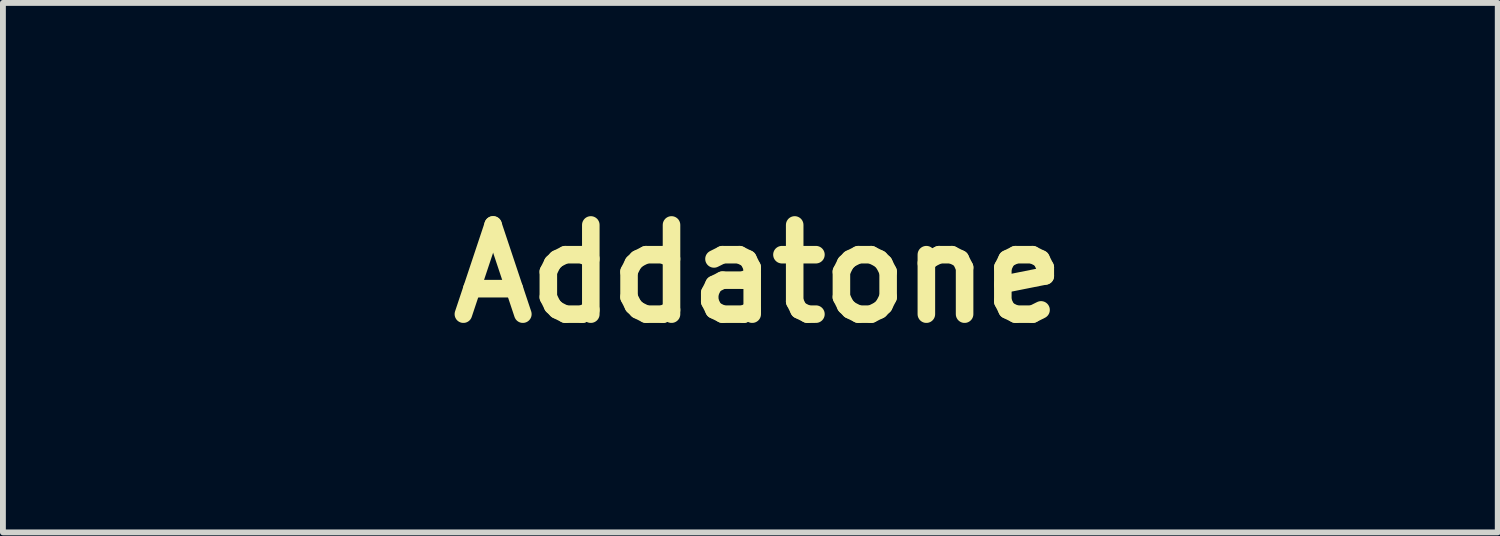
<source format=kicad_pcb>
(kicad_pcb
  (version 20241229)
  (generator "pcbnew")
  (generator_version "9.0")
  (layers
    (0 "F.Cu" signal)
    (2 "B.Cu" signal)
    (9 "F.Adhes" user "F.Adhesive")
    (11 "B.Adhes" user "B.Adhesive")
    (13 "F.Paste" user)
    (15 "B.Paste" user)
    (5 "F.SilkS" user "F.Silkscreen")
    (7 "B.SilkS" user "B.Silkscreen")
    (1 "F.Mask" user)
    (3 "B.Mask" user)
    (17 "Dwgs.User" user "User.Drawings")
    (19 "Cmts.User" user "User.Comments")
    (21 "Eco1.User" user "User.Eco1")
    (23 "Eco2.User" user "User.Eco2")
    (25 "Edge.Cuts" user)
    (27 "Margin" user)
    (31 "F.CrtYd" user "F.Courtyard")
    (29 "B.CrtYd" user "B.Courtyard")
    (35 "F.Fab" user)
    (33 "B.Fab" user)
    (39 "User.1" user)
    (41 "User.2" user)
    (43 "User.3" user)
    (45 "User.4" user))
  (footprint "Addatone"
    (layer "F.Cu")
    (at 9.911 1.628)
    (property "Reference" "Addatone" (at 0 0 0) (layer "F.SilkS") (effects (font (size 1.524 1.524) (thickness 0.3))))
    (attr through_hole)
    (fp_poly (pts (xy 2.453 -1.381) (xy 2.433 -1.245) (xy 2.419 -1.03) (xy 2.414 -0.81) (xy 2.413 -0.381) (xy 2.137 -0.381) (xy 1.86 -0.381) (xy 1.819 0.105) (xy 1.798 0.407) (xy 1.783 0.721) (xy 1.778 0.962) (xy 1.778 1.333) (xy 1.341 1.333) (xy 1.108 1.33) (xy 0.972 1.313) (xy 0.902 1.273) (xy 0.869 1.202) (xy 0.866 1.191) (xy 0.849 1.066) (xy 0.835 0.851) (xy 0.828 0.582) (xy 0.826 0.434) (xy 0.822 0.158) (xy 0.812 -0.077) (xy 0.796 -0.237) (xy 0.787 -0.281) (xy 0.707 -0.352) (xy 0.527 -0.38) (xy 0.469 -0.381) (xy 0.191 -0.381) (xy 0.191 -1.524) (xy 2.491 -1.524) (xy 2.453 -1.381)) (stroke (width 0.01) (type solid)) (fill yes) (layer "F.Mask"))
    (fp_poly (pts (xy 7.161 -1.524) (xy 7.495 -1.524) (xy 7.454 -0.619) (xy 7.435 -0.237) (xy 7.414 0.153) (xy 7.393 0.507) (xy 7.375 0.781) (xy 7.373 0.803) (xy 7.334 1.32) (xy 6.713 0.85) (xy 6.469 0.67) (xy 6.26 0.521) (xy 6.106 0.42) (xy 6.031 0.381) (xy 6.03 0.381) (xy 6.001 0.439) (xy 5.979 0.594) (xy 5.969 0.814) (xy 5.969 0.857) (xy 5.969 1.333) (xy 5.411 1.333) (xy 5.373 0.841) (xy 5.356 0.578) (xy 5.335 0.234) (xy 5.315 -0.144) (xy 5.298 -0.476) (xy 5.282 -0.796) (xy 5.264 -1.076) (xy 5.246 -1.289) (xy 5.231 -1.406) (xy 5.23 -1.413) (xy 5.227 -1.471) (xy 5.276 -1.504) (xy 5.401 -1.52) (xy 5.626 -1.524) (xy 5.654 -1.524) (xy 6.111 -1.524) (xy 6.872 -0.864) (xy 6.849 -1.194) (xy 6.826 -1.524) (xy 7.161 -1.524)) (stroke (width 0.01) (type solid)) (fill yes) (layer "F.Mask"))
    (fp_poly (pts (xy -6.079 -1.494) (xy -5.669 -1.34) (xy -5.34 -1.109) (xy -5.125 -0.84) (xy -5.03 -0.595) (xy -4.976 -0.279) (xy -4.968 0.054) (xy -5.009 0.354) (xy -5.012 0.366) (xy -5.156 0.683) (xy -5.393 0.969) (xy -5.687 1.183) (xy -5.757 1.217) (xy -5.977 1.284) (xy -6.277 1.335) (xy -6.61 1.366) (xy -6.929 1.373) (xy -7.15 1.356) (xy -7.346 1.327) (xy -7.377 0.519) (xy -6.281 0.519) (xy -6.279 0.691) (xy -6.263 0.779) (xy -6.228 0.808) (xy -6.168 0.799) (xy -6.146 0.792) (xy -5.983 0.712) (xy -5.883 0.635) (xy -5.801 0.502) (xy -5.743 0.307) (xy -5.733 0.244) (xy -5.748 -0.022) (xy -5.853 -0.214) (xy -6.039 -0.319) (xy -6.096 -0.33) (xy -6.17 -0.335) (xy -6.218 -0.312) (xy -6.245 -0.238) (xy -6.26 -0.09) (xy -6.27 0.155) (xy -6.273 0.243) (xy -6.281 0.519) (xy -7.377 0.519) (xy -7.389 0.187) (xy -7.405 -0.203) (xy -7.423 -0.568) (xy -7.442 -0.882) (xy -7.459 -1.118) (xy -7.47 -1.23) (xy -7.508 -1.508) (xy -7.085 -1.553) (xy -6.556 -1.567) (xy -6.079 -1.494)) (stroke (width 0.01) (type solid)) (fill yes) (layer "F.Mask"))
    (fp_poly (pts (xy -3.412 -1.494) (xy -3.002 -1.34) (xy -2.673 -1.109) (xy -2.458 -0.84) (xy -2.363 -0.595) (xy -2.309 -0.279) (xy -2.301 0.054) (xy -2.342 0.354) (xy -2.345 0.366) (xy -2.489 0.683) (xy -2.726 0.969) (xy -3.02 1.183) (xy -3.09 1.217) (xy -3.31 1.284) (xy -3.61 1.335) (xy -3.943 1.366) (xy -4.262 1.373) (xy -4.483 1.356) (xy -4.679 1.327) (xy -4.71 0.519) (xy -3.614 0.519) (xy -3.612 0.691) (xy -3.596 0.779) (xy -3.561 0.808) (xy -3.501 0.799) (xy -3.479 0.792) (xy -3.316 0.712) (xy -3.216 0.635) (xy -3.134 0.502) (xy -3.076 0.307) (xy -3.066 0.244) (xy -3.081 -0.022) (xy -3.186 -0.214) (xy -3.372 -0.319) (xy -3.429 -0.33) (xy -3.503 -0.335) (xy -3.551 -0.312) (xy -3.578 -0.238) (xy -3.593 -0.09) (xy -3.603 0.155) (xy -3.606 0.243) (xy -3.614 0.519) (xy -4.71 0.519) (xy -4.722 0.187) (xy -4.738 -0.203) (xy -4.756 -0.568) (xy -4.775 -0.882) (xy -4.792 -1.118) (xy -4.803 -1.23) (xy -4.841 -1.508) (xy -4.418 -1.553) (xy -3.889 -1.567) (xy -3.412 -1.494)) (stroke (width 0.01) (type solid)) (fill yes) (layer "F.Mask"))
    (fp_poly (pts (xy 4.342 -1.534) (xy 4.652 -1.34) (xy 4.893 -1.052) (xy 4.961 -0.923) (xy 5.044 -0.638) (xy 5.08 -0.284) (xy 5.071 0.089) (xy 5.015 0.433) (xy 4.948 0.635) (xy 4.746 0.987) (xy 4.504 1.224) (xy 4.209 1.357) (xy 3.861 1.397) (xy 3.525 1.357) (xy 3.303 1.262) (xy 3.13 1.145) (xy 3 1.017) (xy 2.878 0.841) (xy 2.779 0.667) (xy 2.707 0.51) (xy 2.664 0.338) (xy 2.643 0.11) (xy 2.642 0.088) (xy 3.534 0.088) (xy 3.546 0.311) (xy 3.605 0.52) (xy 3.706 0.681) (xy 3.841 0.759) (xy 3.873 0.762) (xy 3.995 0.712) (xy 4.105 0.598) (xy 4.192 0.386) (xy 4.216 0.143) (xy 4.178 -0.085) (xy 4.083 -0.251) (xy 4.068 -0.264) (xy 3.948 -0.348) (xy 3.873 -0.381) (xy 3.793 -0.345) (xy 3.679 -0.264) (xy 3.576 -0.115) (xy 3.534 0.088) (xy 2.642 0.088) (xy 2.637 -0.159) (xy 2.641 -0.447) (xy 2.658 -0.648) (xy 2.697 -0.803) (xy 2.766 -0.951) (xy 2.807 -1.023) (xy 2.995 -1.285) (xy 3.212 -1.457) (xy 3.501 -1.57) (xy 3.603 -1.595) (xy 3.985 -1.623) (xy 4.342 -1.534)) (stroke (width 0.01) (type solid)) (fill yes) (layer "F.Mask"))
    (fp_poly (pts (xy 9.604 -1.064) (xy 9.589 -0.754) (xy 9.569 -0.55) (xy 9.533 -0.431) (xy 9.468 -0.375) (xy 9.362 -0.363) (xy 9.21 -0.371) (xy 9.021 -0.38) (xy 8.927 -0.363) (xy 8.894 -0.306) (xy 8.89 -0.228) (xy 8.899 -0.131) (xy 8.948 -0.083) (xy 9.069 -0.065) (xy 9.215 -0.064) (xy 9.541 -0.064) (xy 9.501 0.135) (xy 9.473 0.291) (xy 9.462 0.388) (xy 9.461 0.389) (xy 9.405 0.422) (xy 9.261 0.442) (xy 9.176 0.445) (xy 9 0.45) (xy 8.917 0.482) (xy 8.892 0.564) (xy 8.89 0.641) (xy 8.89 0.837) (xy 9.239 0.816) (xy 9.588 0.794) (xy 9.548 1.016) (xy 9.514 1.178) (xy 9.484 1.28) (xy 9.481 1.286) (xy 9.411 1.304) (xy 9.239 1.319) (xy 8.989 1.329) (xy 8.687 1.333) (xy 8.641 1.333) (xy 7.828 1.333) (xy 7.781 -0.011) (xy 7.766 -0.415) (xy 7.75 -0.778) (xy 7.733 -1.081) (xy 7.718 -1.304) (xy 7.706 -1.425) (xy 7.702 -1.439) (xy 7.712 -1.472) (xy 7.781 -1.496) (xy 7.925 -1.512) (xy 8.16 -1.52) (xy 8.501 -1.524) (xy 8.647 -1.524) (xy 9.624 -1.524) (xy 9.604 -1.064)) (stroke (width 0.01) (type solid)) (fill yes) (layer "F.Mask"))
    (fp_poly (pts (xy -8.126 -1.159) (xy -8.083 -0.956) (xy -8.023 -0.679) (xy -7.95 -0.352) (xy -7.871 -0.002) (xy -7.791 0.348) (xy -7.716 0.671) (xy -7.652 0.942) (xy -7.605 1.136) (xy -7.582 1.222) (xy -7.578 1.277) (xy -7.621 1.311) (xy -7.736 1.327) (xy -7.944 1.333) (xy -8.066 1.333) (xy -8.325 1.33) (xy -8.483 1.317) (xy -8.569 1.288) (xy -8.609 1.235) (xy -8.618 1.205) (xy -8.644 1.127) (xy -8.69 1.111) (xy -8.791 1.159) (xy -8.88 1.211) (xy -9.024 1.281) (xy -9.115 1.296) (xy -9.128 1.285) (xy -9.18 1.188) (xy -9.232 1.11) (xy -9.295 1.04) (xy -9.331 1.072) (xy -9.358 1.165) (xy -9.403 1.275) (xy -9.491 1.323) (xy -9.653 1.333) (xy -9.812 1.321) (xy -9.9 1.29) (xy -9.906 1.277) (xy -9.892 1.198) (xy -9.853 1.019) (xy -9.799 0.778) (xy -9.206 0.778) (xy -9.168 0.817) (xy -9.043 0.8) (xy -9.01 0.793) (xy -8.859 0.756) (xy -8.772 0.726) (xy -8.769 0.723) (xy -8.769 0.652) (xy -8.805 0.512) (xy -8.861 0.35) (xy -8.921 0.214) (xy -8.965 0.152) (xy -9.021 0.181) (xy -9.087 0.307) (xy -9.153 0.502) (xy -9.19 0.658) (xy -9.206 0.778) (xy -9.799 0.778) (xy -9.796 0.764) (xy -9.724 0.454) (xy -9.689 0.309) (xy -9.603 -0.062) (xy -9.521 -0.433) (xy -9.451 -0.766) (xy -9.401 -1.023) (xy -9.393 -1.064) (xy -9.314 -1.524) (xy -8.201 -1.524) (xy -8.126 -1.159)) (stroke (width 0.01) (type solid)) (fill yes) (layer "F.Mask"))
    (fp_poly (pts (xy -0.443 -1.159) (xy -0.4 -0.956) (xy -0.339 -0.679) (xy -0.266 -0.352) (xy -0.187 -0.002) (xy -0.107 0.348) (xy -0.032 0.671) (xy 0.031 0.942) (xy 0.079 1.136) (xy 0.101 1.222) (xy 0.106 1.277) (xy 0.062 1.311) (xy -0.052 1.327) (xy -0.261 1.333) (xy -0.383 1.333) (xy -0.641 1.33) (xy -0.799 1.317) (xy -0.885 1.288) (xy -0.925 1.235) (xy -0.935 1.205) (xy -0.961 1.127) (xy -1.007 1.111) (xy -1.108 1.159) (xy -1.196 1.211) (xy -1.341 1.281) (xy -1.432 1.296) (xy -1.445 1.285) (xy -1.496 1.188) (xy -1.549 1.11) (xy -1.611 1.04) (xy -1.648 1.072) (xy -1.675 1.165) (xy -1.719 1.275) (xy -1.807 1.323) (xy -1.97 1.333) (xy -2.128 1.321) (xy -2.216 1.29) (xy -2.223 1.277) (xy -2.208 1.198) (xy -2.17 1.019) (xy -2.115 0.778) (xy -1.523 0.778) (xy -1.484 0.817) (xy -1.359 0.8) (xy -1.327 0.793) (xy -1.175 0.756) (xy -1.089 0.726) (xy -1.085 0.723) (xy -1.086 0.652) (xy -1.122 0.512) (xy -1.178 0.35) (xy -1.238 0.214) (xy -1.281 0.152) (xy -1.337 0.181) (xy -1.404 0.307) (xy -1.469 0.502) (xy -1.506 0.658) (xy -1.523 0.778) (xy -2.115 0.778) (xy -2.112 0.764) (xy -2.04 0.454) (xy -2.006 0.309) (xy -1.92 -0.062) (xy -1.838 -0.433) (xy -1.767 -0.766) (xy -1.717 -1.023) (xy -1.71 -1.064) (xy -1.631 -1.524) (xy -0.517 -1.524) (xy -0.443 -1.159)) (stroke (width 0.01) (type solid)) (fill yes) (layer "F.Mask")))
  (gr_rect
    (start -3 -3)
    (end 22.54 6.046)
    (stroke (width 0.1) (type default))
    (fill no)
    (layer "Edge.Cuts")))
</source>
